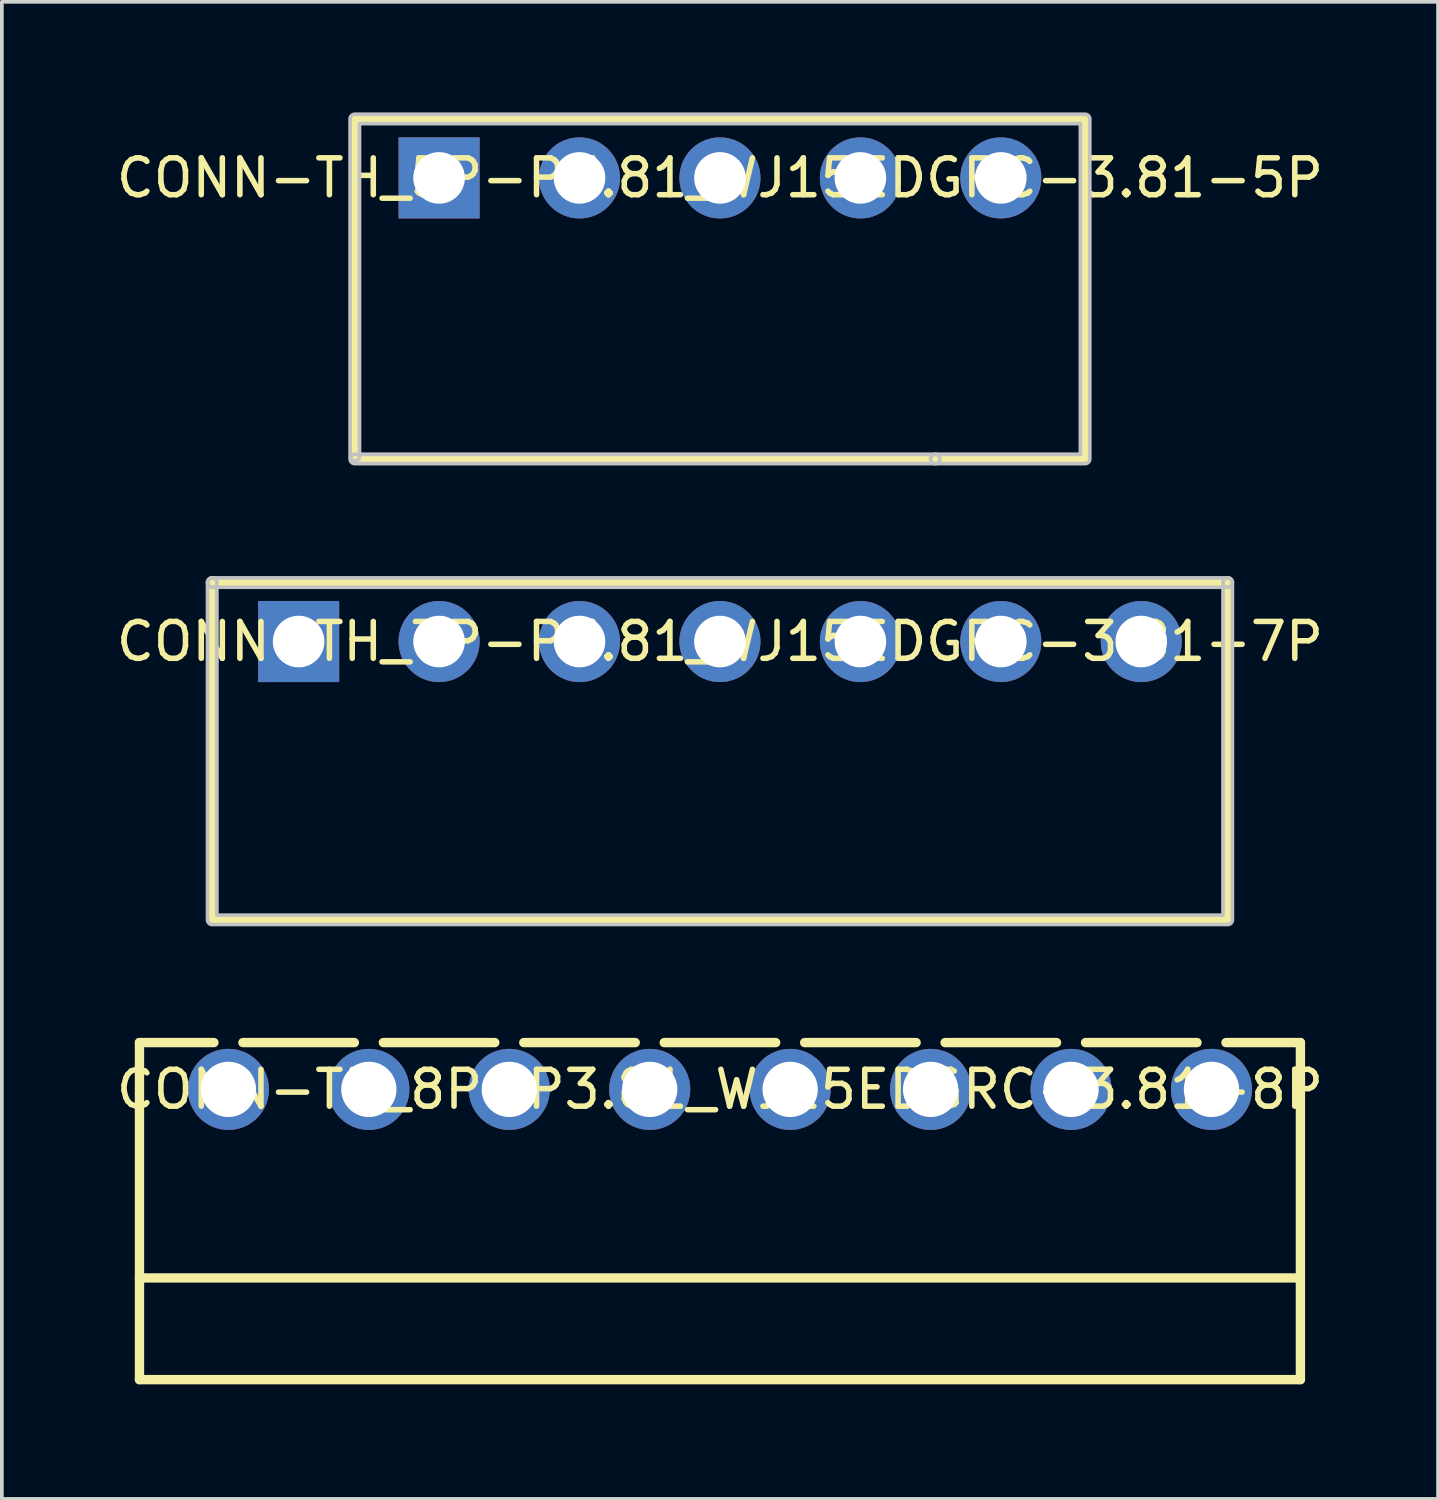
<source format=kicad_pcb>
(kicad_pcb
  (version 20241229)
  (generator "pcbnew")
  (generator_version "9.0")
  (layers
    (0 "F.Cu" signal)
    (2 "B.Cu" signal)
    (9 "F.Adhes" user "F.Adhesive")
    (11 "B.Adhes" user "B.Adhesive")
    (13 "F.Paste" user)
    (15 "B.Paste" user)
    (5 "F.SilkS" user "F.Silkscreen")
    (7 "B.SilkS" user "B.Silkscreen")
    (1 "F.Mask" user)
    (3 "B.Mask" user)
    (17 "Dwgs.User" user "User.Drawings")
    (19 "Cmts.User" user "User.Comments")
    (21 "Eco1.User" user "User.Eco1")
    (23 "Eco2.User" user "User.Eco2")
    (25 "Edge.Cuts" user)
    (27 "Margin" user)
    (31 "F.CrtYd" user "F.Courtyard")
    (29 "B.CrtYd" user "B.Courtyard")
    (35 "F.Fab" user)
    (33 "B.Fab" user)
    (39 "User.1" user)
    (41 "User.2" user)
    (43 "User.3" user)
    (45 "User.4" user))
  (footprint "CONN-TH_5P-P3.81_WJ15EDGRC-3.81-5P"
    (layer "F.Cu")
    (at 16.482 1.777)
    (property "Reference" "CONN-TH_5P-P3.81_WJ15EDGRC-3.81-5P" (at 0 0 0) (unlocked yes) (layer "F.SilkS") (effects (font (size 1 1) (thickness 0.15))))
    (fp_line (start -9.906 -1.6) (end -9.906 7.55) (stroke (width 0.254) (type default)) (layer "F.SilkS"))
    (fp_line (start -9.906 7.624) (end 5.842 7.624) (stroke (width 0.254) (type default)) (layer "F.SilkS"))
    (fp_line (start 5.842 7.624) (end 9.906 7.624) (stroke (width 0.254) (type default)) (layer "F.SilkS"))
    (fp_line (start 9.906 -1.6) (end -9.906 -1.6) (stroke (width 0.254) (type default)) (layer "F.SilkS"))
    (fp_line (start 9.906 7.624) (end 9.906 -1.6) (stroke (width 0.254) (type default)) (layer "F.SilkS"))
    (fp_poly (pts (arc (start -9.906 7.751) (mid -10.033 7.624) (end -9.906 7.497)) (arc (start 5.842 7.497) (mid 5.969 7.624) (end 5.842 7.751))) (stroke (width 0.1) (type default)) (fill no) (layer "Dwgs.User"))
    (fp_poly (pts (arc (start 5.842 7.751) (mid 5.715 7.624) (end 5.842 7.497)) (xy 9.779 7.497) (xy 9.779 -1.473) (xy -9.779 -1.473) (arc (start -9.779 7.55) (mid -9.906 7.677) (end -10.033 7.55)) (arc (start -10.033 -1.6) (mid -9.995803 -1.689803) (end -9.906 -1.727)) (arc (start 9.906 -1.727) (mid 9.995803 -1.689803) (end 10.033 -1.6)) (arc (start 10.033 7.624) (mid 9.995803 7.713803) (end 9.906 7.751))) (stroke (width 0.1) (type default)) (fill no) (layer "Dwgs.User"))
    (fp_poly (pts (xy -8.02 -0.4) (xy -7.22 -0.4) (xy -7.22 0.4) (xy -8.02 0.4)) (stroke (width 0.1) (type default)) (fill no) (layer "User.1"))
    (fp_poly (pts (xy -4.21 -0.4) (xy -3.41 -0.4) (xy -3.41 0.4) (xy -4.21 0.4)) (stroke (width 0.1) (type default)) (fill no) (layer "User.1"))
    (fp_poly (pts (xy -0.4 -0.4) (xy 0.4 -0.4) (xy 0.4 0.4) (xy -0.4 0.4)) (stroke (width 0.1) (type default)) (fill no) (layer "User.1"))
    (fp_poly (pts (xy 3.41 -0.4) (xy 4.21 -0.4) (xy 4.21 0.4) (xy 3.41 0.4)) (stroke (width 0.1) (type default)) (fill no) (layer "User.1"))
    (fp_poly (pts (xy 7.22 -0.4) (xy 8.02 -0.4) (xy 8.02 0.4) (xy 7.22 0.4)) (stroke (width 0.1) (type default)) (fill no) (layer "User.1"))
    (fp_line (start -9.965 -1.6) (end 9.965 -1.6) (stroke (width 0.051) (type default)) (layer "User.2"))
    (fp_line (start -9.965 7.55) (end -9.965 -1.6) (stroke (width 0.051) (type default)) (layer "User.2"))
    (fp_line (start 9.965 -1.6) (end 9.965 7.55) (stroke (width 0.051) (type default)) (layer "User.2"))
    (fp_line (start 9.965 7.55) (end -9.965 7.55) (stroke (width 0.051) (type default)) (layer "User.2"))
    (fp_poly (pts (xy -9.905 7.55) (xy -9.923 7.508) (xy -9.965 7.49) (xy -10.007 7.508) (xy -10.025 7.55) (xy -10.007 7.592) (xy -9.965 7.61) (xy -9.923 7.592)) (stroke (width 0.1) (type default)) (fill no) (layer "User.3"))
    (pad "1" thru_hole rect (at -7.62 0) (size 2.2 2.2) (drill 1.4) (layers "*.Cu" "*.Mask"))
    (pad "2" thru_hole circle (at -3.81 0) (size 2.2 2.2) (drill 1.4) (layers "*.Cu" "*.Mask"))
    (pad "3" thru_hole circle (at 0 0) (size 2.2 2.2) (drill 1.4) (layers "*.Cu" "*.Mask"))
    (pad "4" thru_hole circle (at 3.81 0) (size 2.2 2.2) (drill 1.4) (layers "*.Cu" "*.Mask"))
    (pad "5" thru_hole circle (at 7.62 0) (size 2.2 2.2) (drill 1.4) (layers "*.Cu" "*.Mask")))
  (footprint "CONN-TH_8P-P3.81_WJ15EDGRC-3.81-8P"
    (layer "F.Cu")
    (at 16.482 26.505)
    (property "Reference" "CONN-TH_8P-P3.81_WJ15EDGRC-3.81-8P" (at 0 0 0) (unlocked yes) (layer "F.SilkS") (effects (font (size 1 1) (thickness 0.15))))
    (fp_line (start -15.748 -1.27) (end -15.748 7.874) (stroke (width 0.254) (type default)) (layer "F.SilkS"))
    (fp_line (start -15.748 5.115) (end 15.748 5.115) (stroke (width 0.254) (type default)) (layer "F.SilkS"))
    (fp_line (start -15.748 7.874) (end 15.748 7.874) (stroke (width 0.254) (type default)) (layer "F.SilkS"))
    (fp_line (start -13.728 -1.27) (end -15.748 -1.27) (stroke (width 0.254) (type default)) (layer "F.SilkS"))
    (fp_line (start -9.918 -1.27) (end -12.942 -1.27) (stroke (width 0.254) (type default)) (layer "F.SilkS"))
    (fp_line (start -6.108 -1.27) (end -9.132 -1.27) (stroke (width 0.254) (type default)) (layer "F.SilkS"))
    (fp_line (start -2.298 -1.27) (end -5.322 -1.27) (stroke (width 0.254) (type default)) (layer "F.SilkS"))
    (fp_line (start 1.512 -1.27) (end -1.512 -1.27) (stroke (width 0.254) (type default)) (layer "F.SilkS"))
    (fp_line (start 5.322 -1.27) (end 2.298 -1.27) (stroke (width 0.254) (type default)) (layer "F.SilkS"))
    (fp_line (start 9.132 -1.27) (end 6.108 -1.27) (stroke (width 0.254) (type default)) (layer "F.SilkS"))
    (fp_line (start 12.942 -1.27) (end 9.918 -1.27) (stroke (width 0.254) (type default)) (layer "F.SilkS"))
    (fp_line (start 15.748 -1.27) (end 13.728 -1.27) (stroke (width 0.254) (type default)) (layer "F.SilkS"))
    (fp_line (start 15.748 -1.27) (end 15.748 7.874) (stroke (width 0.254) (type default)) (layer "F.SilkS"))
    (fp_poly (pts (xy -12.685 0) (xy -12.704 -0.156) (xy -12.759 -0.302) (xy -12.848 -0.431) (xy -12.966 -0.535) (xy -13.105 -0.608) (xy -13.257 -0.645) (xy -13.413 -0.645) (xy -13.565 -0.608) (xy -13.704 -0.535) (xy -13.822 -0.431) (xy -13.911 -0.302) (xy -13.966 -0.156) (xy -13.985 0) (xy -13.966 0.156) (xy -13.911 0.302) (xy -13.822 0.431) (xy -13.704 0.535) (xy -13.565 0.608) (xy -13.413 0.645) (xy -13.257 0.645) (xy -13.105 0.608) (xy -12.966 0.535) (xy -12.848 0.431) (xy -12.759 0.302) (xy -12.704 0.156)) (stroke (width 0.1) (type default)) (fill no) (layer "User.1"))
    (fp_poly (pts (xy -8.875 0) (xy -8.894 -0.156) (xy -8.949 -0.302) (xy -9.038 -0.431) (xy -9.156 -0.535) (xy -9.295 -0.608) (xy -9.447 -0.645) (xy -9.603 -0.645) (xy -9.755 -0.608) (xy -9.894 -0.535) (xy -10.012 -0.431) (xy -10.101 -0.302) (xy -10.156 -0.156) (xy -10.175 0) (xy -10.156 0.156) (xy -10.101 0.302) (xy -10.012 0.431) (xy -9.894 0.535) (xy -9.755 0.608) (xy -9.603 0.645) (xy -9.447 0.645) (xy -9.295 0.608) (xy -9.156 0.535) (xy -9.038 0.431) (xy -8.949 0.302) (xy -8.894 0.156)) (stroke (width 0.1) (type default)) (fill no) (layer "User.1"))
    (fp_poly (pts (xy -5.065 0) (xy -5.084 -0.156) (xy -5.139 -0.302) (xy -5.228 -0.431) (xy -5.346 -0.535) (xy -5.485 -0.608) (xy -5.637 -0.645) (xy -5.793 -0.645) (xy -5.945 -0.608) (xy -6.084 -0.535) (xy -6.202 -0.431) (xy -6.291 -0.302) (xy -6.346 -0.156) (xy -6.365 0) (xy -6.346 0.156) (xy -6.291 0.302) (xy -6.202 0.431) (xy -6.084 0.535) (xy -5.945 0.608) (xy -5.793 0.645) (xy -5.637 0.645) (xy -5.485 0.608) (xy -5.346 0.535) (xy -5.228 0.431) (xy -5.139 0.302) (xy -5.084 0.156)) (stroke (width 0.1) (type default)) (fill no) (layer "User.1"))
    (fp_poly (pts (xy -1.255 0) (xy -1.274 -0.156) (xy -1.329 -0.302) (xy -1.418 -0.431) (xy -1.536 -0.535) (xy -1.675 -0.608) (xy -1.827 -0.645) (xy -1.983 -0.645) (xy -2.135 -0.608) (xy -2.274 -0.535) (xy -2.392 -0.431) (xy -2.481 -0.302) (xy -2.536 -0.156) (xy -2.555 0) (xy -2.536 0.156) (xy -2.481 0.302) (xy -2.392 0.431) (xy -2.274 0.535) (xy -2.135 0.608) (xy -1.983 0.645) (xy -1.827 0.645) (xy -1.675 0.608) (xy -1.536 0.535) (xy -1.418 0.431) (xy -1.329 0.302) (xy -1.274 0.156)) (stroke (width 0.1) (type default)) (fill no) (layer "User.1"))
    (fp_poly (pts (xy 2.555 0) (xy 2.536 -0.156) (xy 2.481 -0.302) (xy 2.392 -0.431) (xy 2.274 -0.535) (xy 2.135 -0.608) (xy 1.983 -0.645) (xy 1.827 -0.645) (xy 1.675 -0.608) (xy 1.536 -0.535) (xy 1.418 -0.431) (xy 1.329 -0.302) (xy 1.274 -0.156) (xy 1.255 0) (xy 1.274 0.156) (xy 1.329 0.302) (xy 1.418 0.431) (xy 1.536 0.535) (xy 1.675 0.608) (xy 1.827 0.645) (xy 1.983 0.645) (xy 2.135 0.608) (xy 2.274 0.535) (xy 2.392 0.431) (xy 2.481 0.302) (xy 2.536 0.156)) (stroke (width 0.1) (type default)) (fill no) (layer "User.1"))
    (fp_poly (pts (xy 6.365 0) (xy 6.346 -0.156) (xy 6.291 -0.302) (xy 6.202 -0.431) (xy 6.084 -0.535) (xy 5.945 -0.608) (xy 5.793 -0.645) (xy 5.637 -0.645) (xy 5.485 -0.608) (xy 5.346 -0.535) (xy 5.228 -0.431) (xy 5.139 -0.302) (xy 5.084 -0.156) (xy 5.065 0) (xy 5.084 0.156) (xy 5.139 0.302) (xy 5.228 0.431) (xy 5.346 0.535) (xy 5.485 0.608) (xy 5.637 0.645) (xy 5.793 0.645) (xy 5.945 0.608) (xy 6.084 0.535) (xy 6.202 0.431) (xy 6.291 0.302) (xy 6.346 0.156)) (stroke (width 0.1) (type default)) (fill no) (layer "User.1"))
    (fp_poly (pts (xy 10.175 0) (xy 10.156 -0.156) (xy 10.101 -0.302) (xy 10.012 -0.431) (xy 9.894 -0.535) (xy 9.755 -0.608) (xy 9.603 -0.645) (xy 9.447 -0.645) (xy 9.295 -0.608) (xy 9.156 -0.535) (xy 9.038 -0.431) (xy 8.949 -0.302) (xy 8.894 -0.156) (xy 8.875 0) (xy 8.894 0.156) (xy 8.949 0.302) (xy 9.038 0.431) (xy 9.156 0.535) (xy 9.295 0.608) (xy 9.447 0.645) (xy 9.603 0.645) (xy 9.755 0.608) (xy 9.894 0.535) (xy 10.012 0.431) (xy 10.101 0.302) (xy 10.156 0.156)) (stroke (width 0.1) (type default)) (fill no) (layer "User.1"))
    (fp_poly (pts (xy 13.985 0) (xy 13.966 -0.156) (xy 13.911 -0.302) (xy 13.822 -0.431) (xy 13.704 -0.535) (xy 13.565 -0.608) (xy 13.413 -0.645) (xy 13.257 -0.645) (xy 13.105 -0.608) (xy 12.966 -0.535) (xy 12.848 -0.431) (xy 12.759 -0.302) (xy 12.704 -0.156) (xy 12.685 0) (xy 12.704 0.156) (xy 12.759 0.302) (xy 12.848 0.431) (xy 12.966 0.535) (xy 13.105 0.608) (xy 13.257 0.645) (xy 13.413 0.645) (xy 13.565 0.608) (xy 13.704 0.535) (xy 13.822 0.431) (xy 13.911 0.302) (xy 13.966 0.156)) (stroke (width 0.1) (type default)) (fill no) (layer "User.1"))
    (fp_line (start -15.875 -1.397) (end 15.875 -1.397) (stroke (width 0.051) (type default)) (layer "User.2"))
    (fp_line (start -15.875 8.001) (end -15.875 -1.397) (stroke (width 0.051) (type default)) (layer "User.2"))
    (fp_line (start 15.875 -1.397) (end 15.875 8.001) (stroke (width 0.051) (type default)) (layer "User.2"))
    (fp_line (start 15.875 8.001) (end -15.875 8.001) (stroke (width 0.051) (type default)) (layer "User.2"))
    (fp_poly (pts (xy -15.815 8.001) (xy -15.833 7.959) (xy -15.875 7.941) (xy -15.917 7.959) (xy -15.935 8.001) (xy -15.917 8.043) (xy -15.875 8.061) (xy -15.833 8.043)) (stroke (width 0.1) (type default)) (fill no) (layer "User.3"))
    (pad "1" thru_hole circle (at -13.335 0) (size 2.2 2.2) (drill 1.5) (layers "*.Cu" "*.Mask"))
    (pad "2" thru_hole circle (at -9.525 0) (size 2.2 2.2) (drill 1.5) (layers "*.Cu" "*.Mask"))
    (pad "3" thru_hole circle (at -5.715 0) (size 2.2 2.2) (drill 1.5) (layers "*.Cu" "*.Mask"))
    (pad "4" thru_hole circle (at -1.905 0) (size 2.2 2.2) (drill 1.5) (layers "*.Cu" "*.Mask"))
    (pad "5" thru_hole circle (at 1.905 0) (size 2.2 2.2) (drill 1.5) (layers "*.Cu" "*.Mask"))
    (pad "6" thru_hole circle (at 5.715 0) (size 2.2 2.2) (drill 1.5) (layers "*.Cu" "*.Mask"))
    (pad "7" thru_hole circle (at 9.525 0) (size 2.2 2.2) (drill 1.5) (layers "*.Cu" "*.Mask"))
    (pad "8" thru_hole circle (at 13.335 0) (size 2.2 2.2) (drill 1.5) (layers "*.Cu" "*.Mask")))
  (footprint "CONN-TH_7P-P3.81_WJ15EDGRC-3.81-7P"
    (layer "F.Cu")
    (at 16.482 14.355)
    (property "Reference" "CONN-TH_7P-P3.81_WJ15EDGRC-3.81-7P" (at 0 0 0) (unlocked yes) (layer "F.SilkS") (effects (font (size 1 1) (thickness 0.15))))
    (fp_line (start -13.775 -1.6) (end -13.775 7.55) (stroke (width 0.254) (type default)) (layer "F.SilkS"))
    (fp_line (start -13.775 7.55) (end 13.775 7.55) (stroke (width 0.254) (type default)) (layer "F.SilkS"))
    (fp_line (start 13.775 -1.6) (end -13.775 -1.6) (stroke (width 0.254) (type default)) (layer "F.SilkS"))
    (fp_line (start 13.775 7.55) (end 13.775 -1.6) (stroke (width 0.254) (type default)) (layer "F.SilkS"))
    (fp_poly (pts (arc (start 13.775 -1.727) (mid 13.902 -1.6) (end 13.775 -1.473)) (arc (start -13.775 -1.473) (mid -13.902 -1.6) (end -13.775 -1.727))) (stroke (width 0.1) (type default)) (fill no) (layer "Dwgs.User"))
    (fp_poly (pts (arc (start -13.902 -1.6) (mid -13.775 -1.727) (end -13.648 -1.6)) (xy -13.648 7.423) (xy 13.648 7.423) (arc (start 13.648 -1.6) (mid 13.775 -1.727) (end 13.902 -1.6)) (arc (start 13.902 7.55) (mid 13.864803 7.639803) (end 13.775 7.677)) (arc (start -13.775 7.677) (mid -13.864803 7.639803) (end -13.902 7.55))) (stroke (width 0.1) (type default)) (fill no) (layer "Dwgs.User"))
    (fp_poly (pts (xy -11.83 -0.4) (xy -11.03 -0.4) (xy -11.03 0.4) (xy -11.83 0.4)) (stroke (width 0.1) (type default)) (fill no) (layer "User.1"))
    (fp_poly (pts (xy -8.02 -0.4) (xy -7.22 -0.4) (xy -7.22 0.4) (xy -8.02 0.4)) (stroke (width 0.1) (type default)) (fill no) (layer "User.1"))
    (fp_poly (pts (xy -4.21 -0.4) (xy -3.41 -0.4) (xy -3.41 0.4) (xy -4.21 0.4)) (stroke (width 0.1) (type default)) (fill no) (layer "User.1"))
    (fp_poly (pts (xy -0.4 -0.4) (xy 0.4 -0.4) (xy 0.4 0.4) (xy -0.4 0.4)) (stroke (width 0.1) (type default)) (fill no) (layer "User.1"))
    (fp_poly (pts (xy 3.41 -0.4) (xy 4.21 -0.4) (xy 4.21 0.4) (xy 3.41 0.4)) (stroke (width 0.1) (type default)) (fill no) (layer "User.1"))
    (fp_poly (pts (xy 7.22 -0.4) (xy 8.02 -0.4) (xy 8.02 0.4) (xy 7.22 0.4)) (stroke (width 0.1) (type default)) (fill no) (layer "User.1"))
    (fp_poly (pts (xy 11.03 -0.4) (xy 11.83 -0.4) (xy 11.83 0.4) (xy 11.03 0.4)) (stroke (width 0.1) (type default)) (fill no) (layer "User.1"))
    (fp_line (start -13.775 -1.6) (end 13.775 -1.6) (stroke (width 0.051) (type default)) (layer "User.2"))
    (fp_line (start -13.775 7.55) (end -13.775 -1.6) (stroke (width 0.051) (type default)) (layer "User.2"))
    (fp_line (start 13.775 -1.6) (end 13.775 7.55) (stroke (width 0.051) (type default)) (layer "User.2"))
    (fp_line (start 13.775 7.55) (end -13.775 7.55) (stroke (width 0.051) (type default)) (layer "User.2"))
    (fp_poly (pts (xy -13.715 7.55) (xy -13.733 7.508) (xy -13.775 7.49) (xy -13.817 7.508) (xy -13.835 7.55) (xy -13.817 7.592) (xy -13.775 7.61) (xy -13.733 7.592)) (stroke (width 0.1) (type default)) (fill no) (layer "User.3"))
    (pad "1" thru_hole rect (at -11.43 0) (size 2.2 2.2) (drill 1.4) (layers "*.Cu" "*.Mask"))
    (pad "2" thru_hole circle (at -7.62 0) (size 2.2 2.2) (drill 1.4) (layers "*.Cu" "*.Mask"))
    (pad "3" thru_hole circle (at -3.81 0) (size 2.2 2.2) (drill 1.4) (layers "*.Cu" "*.Mask"))
    (pad "4" thru_hole circle (at 0 0) (size 2.2 2.2) (drill 1.4) (layers "*.Cu" "*.Mask"))
    (pad "5" thru_hole circle (at 3.81 0) (size 2.2 2.2) (drill 1.4) (layers "*.Cu" "*.Mask"))
    (pad "6" thru_hole circle (at 7.62 0) (size 2.2 2.2) (drill 1.4) (layers "*.Cu" "*.Mask"))
    (pad "7" thru_hole circle (at 11.43 0) (size 2.2 2.2) (drill 1.4) (layers "*.Cu" "*.Mask")))
  (gr_rect
    (start -3 -3)
    (end 35.964 37.616)
    (stroke (width 0.1) (type default))
    (fill no)
    (layer "Edge.Cuts")))
</source>
